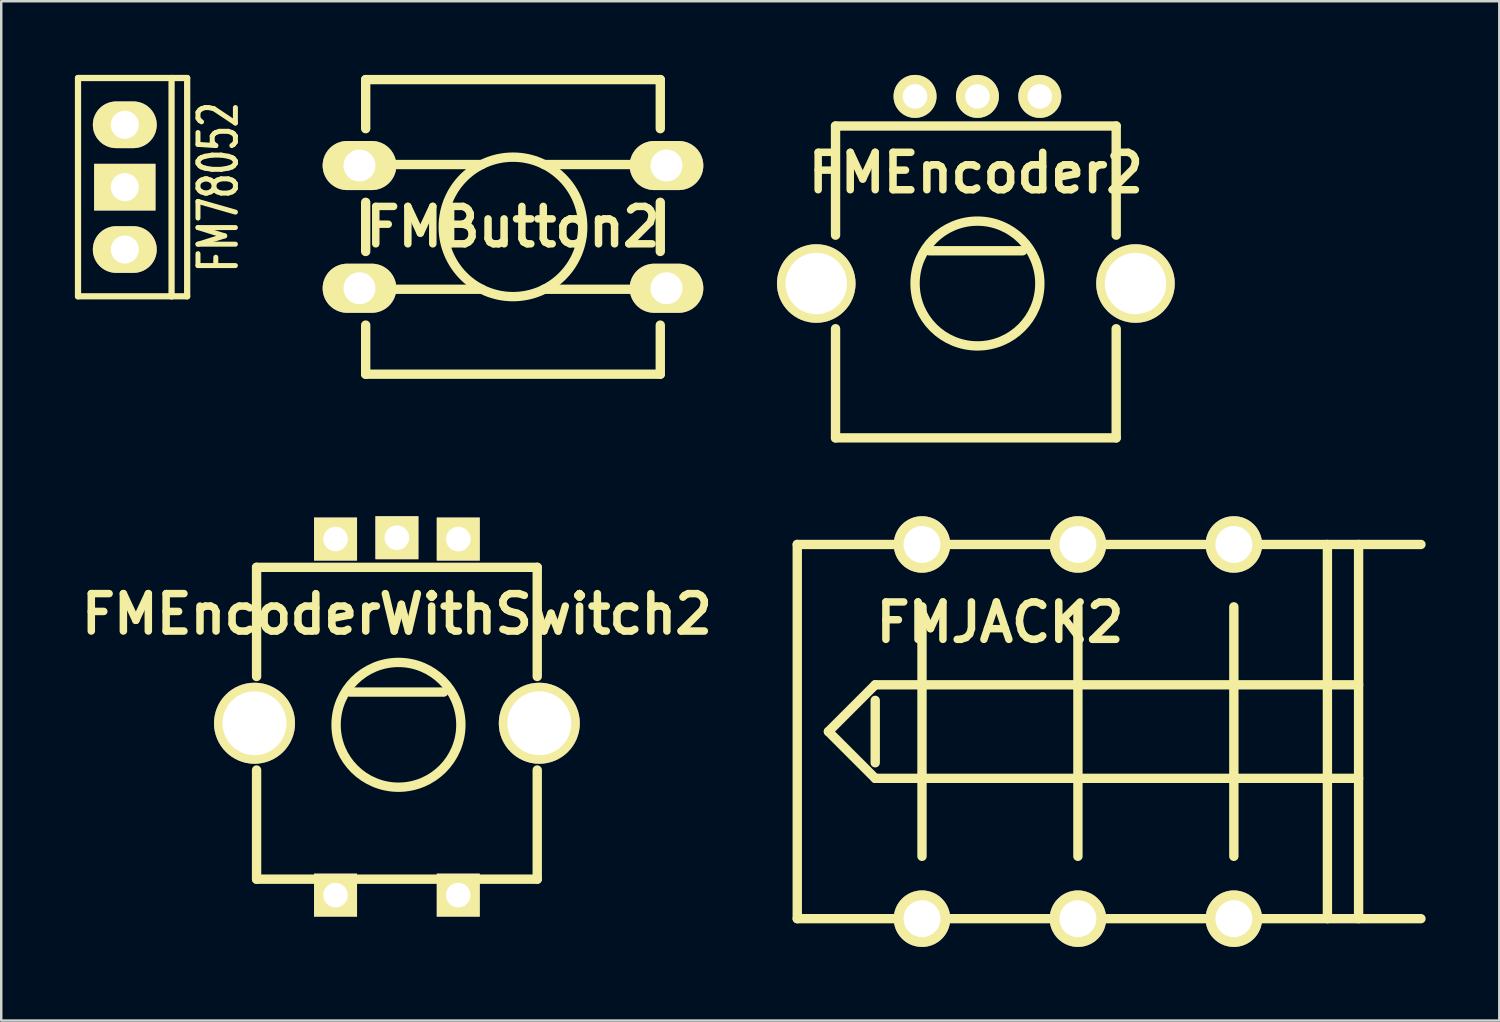
<source format=kicad_pcb>
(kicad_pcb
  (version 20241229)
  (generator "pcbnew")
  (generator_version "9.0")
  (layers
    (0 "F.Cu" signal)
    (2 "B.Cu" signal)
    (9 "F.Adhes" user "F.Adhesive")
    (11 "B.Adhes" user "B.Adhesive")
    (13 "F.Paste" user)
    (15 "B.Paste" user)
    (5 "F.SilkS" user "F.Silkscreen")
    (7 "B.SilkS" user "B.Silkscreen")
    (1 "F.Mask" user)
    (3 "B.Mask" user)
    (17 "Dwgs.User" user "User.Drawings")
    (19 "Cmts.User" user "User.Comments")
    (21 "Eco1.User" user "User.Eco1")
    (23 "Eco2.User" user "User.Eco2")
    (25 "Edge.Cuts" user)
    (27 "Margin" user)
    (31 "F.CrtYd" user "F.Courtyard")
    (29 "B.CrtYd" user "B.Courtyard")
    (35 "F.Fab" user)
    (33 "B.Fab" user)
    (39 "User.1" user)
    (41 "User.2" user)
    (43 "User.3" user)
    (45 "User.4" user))
  (footprint "FMEncoder2"
    (layer "F.Cu")
    (at 36.692 8.432)
    (property "Reference" "FMEncoder2" (at 0 -4.445 0) (layer "F.SilkS") (effects (font (size 1.524 1.524) (thickness 0.305))))
    (attr through_hole)
    (fp_line (start -5.715 -6.35) (end 5.715 -6.35) (stroke (width 0.381) (type solid)) (layer "F.SilkS"))
    (fp_line (start -5.715 -1.905) (end -5.715 -6.35) (stroke (width 0.381) (type solid)) (layer "F.SilkS"))
    (fp_line (start -5.715 1.905) (end -5.715 6.35) (stroke (width 0.381) (type solid)) (layer "F.SilkS"))
    (fp_line (start -5.715 6.35) (end 5.715 6.35) (stroke (width 0.381) (type solid)) (layer "F.SilkS"))
    (fp_line (start -1.905 -1.27) (end 1.905 -1.27) (stroke (width 0.381) (type solid)) (layer "F.SilkS"))
    (fp_line (start 5.715 -6.35) (end 5.715 -1.905) (stroke (width 0.381) (type solid)) (layer "F.SilkS"))
    (fp_line (start 5.715 6.35) (end 5.715 1.905) (stroke (width 0.381) (type solid)) (layer "F.SilkS"))
    (fp_circle (center 0.064 0.064) (end 0.064 -2.477) (stroke (width 0.381) (type solid)) (fill no) (layer "F.SilkS"))
    (pad "" thru_hole circle (at -6.5 0.064 90) (size 3.2 3.2) (drill 2.499) (layers "*.Cu" "*.Mask" "F.SilkS"))
    (pad "" thru_hole circle (at 6.5 0.064 90) (size 3.2 3.2) (drill 2.499) (layers "*.Cu" "*.Mask" "F.SilkS"))
    (pad "0" thru_hole circle (at -2.477 -7.556 90) (size 1.75 1.75) (drill 1.001) (layers "*.Cu" "*.Mask" "F.SilkS"))
    (pad "1" thru_hole circle (at 0.064 -7.556 90) (size 1.75 1.75) (drill 1.001) (layers "*.Cu" "*.Mask" "F.SilkS"))
    (pad "2" thru_hole circle (at 2.603 -7.556 90) (size 1.75 1.75) (drill 1.001) (layers "*.Cu" "*.Mask" "F.SilkS")))
  (footprint "FMEncoderWithSwitch2"
    (layer "F.Cu")
    (at 13.114 26.404)
    (property "Reference" "FMEncoderWithSwitch2" (at 0 -4.445 0) (layer "F.SilkS") (effects (font (size 1.524 1.524) (thickness 0.305))))
    (attr through_hole)
    (fp_line (start -5.715 -6.35) (end 5.715 -6.35) (stroke (width 0.381) (type solid)) (layer "F.SilkS"))
    (fp_line (start -5.715 -1.905) (end -5.715 -6.35) (stroke (width 0.381) (type solid)) (layer "F.SilkS"))
    (fp_line (start -5.715 1.905) (end -5.715 6.35) (stroke (width 0.381) (type solid)) (layer "F.SilkS"))
    (fp_line (start -5.715 6.35) (end 5.715 6.35) (stroke (width 0.381) (type solid)) (layer "F.SilkS"))
    (fp_line (start -1.905 -1.27) (end 1.905 -1.27) (stroke (width 0.381) (type solid)) (layer "F.SilkS"))
    (fp_line (start 5.715 -6.35) (end 5.715 -1.905) (stroke (width 0.381) (type solid)) (layer "F.SilkS"))
    (fp_line (start 5.715 6.35) (end 5.715 1.905) (stroke (width 0.381) (type solid)) (layer "F.SilkS"))
    (fp_circle (center 0.064 0.064) (end 0.064 -2.477) (stroke (width 0.381) (type solid)) (fill no) (layer "F.SilkS"))
    (pad "" thru_hole circle (at -5.799 0 90) (size 3.299 3.299) (drill 2.601) (layers "*.Cu" "*.Mask" "F.SilkS"))
    (pad "" thru_hole circle (at 5.799 0 90) (size 3.299 3.299) (drill 2.601) (layers "*.Cu" "*.Mask" "F.SilkS"))
    (pad "0" thru_hole rect (at -2.499 -7.501 90) (size 1.75 1.75) (drill 1.001) (layers "*.Cu" "*.Mask" "F.SilkS"))
    (pad "1" thru_hole rect (at 0 -7.556 90) (size 1.75 1.75) (drill 1.001) (layers "*.Cu" "*.Mask" "F.SilkS"))
    (pad "2" thru_hole rect (at 2.499 -7.501 90) (size 1.75 1.75) (drill 1.001) (layers "*.Cu" "*.Mask" "F.SilkS"))
    (pad "3" thru_hole rect (at -2.499 7 90) (size 1.75 1.75) (drill 1.001) (layers "*.Cu" "*.Mask" "F.SilkS"))
    (pad "4" thru_hole rect (at 2.499 7 90) (size 1.75 1.75) (drill 1.001) (layers "*.Cu" "*.Mask" "F.SilkS")))
  (footprint "FM78052"
    (layer "F.Cu")
    (at 2.032 4.572)
    (property "Reference" "FM78052" (at 3.81 0 90) (layer "F.SilkS") (effects (font (size 1.524 1.016) (thickness 0.203))))
    (attr through_hole)
    (fp_line (start -1.905 -4.445) (end 1.905 -4.445) (stroke (width 0.254) (type solid)) (layer "F.SilkS"))
    (fp_line (start -1.905 4.445) (end -1.905 -4.445) (stroke (width 0.254) (type solid)) (layer "F.SilkS"))
    (fp_line (start 1.905 -4.445) (end 1.905 4.445) (stroke (width 0.254) (type solid)) (layer "F.SilkS"))
    (fp_line (start 1.905 -4.445) (end 2.54 -4.445) (stroke (width 0.254) (type solid)) (layer "F.SilkS"))
    (fp_line (start 1.905 4.445) (end -1.905 4.445) (stroke (width 0.254) (type solid)) (layer "F.SilkS"))
    (fp_line (start 2.54 -4.445) (end 2.54 4.445) (stroke (width 0.254) (type solid)) (layer "F.SilkS"))
    (fp_line (start 2.54 4.445) (end 1.905 4.445) (stroke (width 0.254) (type solid)) (layer "F.SilkS"))
    (pad "1" thru_hole rect (at 0 0) (size 2.499 1.9) (drill 1.143) (layers "*.Cu" "*.Mask" "F.SilkS"))
    (pad "2" thru_hole oval (at 0 2.54) (size 2.601 1.9) (drill 1.143) (layers "*.Cu" "*.Mask" "F.SilkS"))
    (pad "3" thru_hole oval (at 0 -2.54) (size 2.601 1.9) (drill 1.143) (layers "*.Cu" "*.Mask" "F.SilkS")))
  (footprint "FMButton2"
    (layer "F.Cu")
    (at 17.841 6.19)
    (property "Reference" "FMButton2" (at 0 0 0) (layer "F.SilkS") (effects (font (size 1.524 1.524) (thickness 0.305))))
    (attr through_hole)
    (fp_line (start -5.999 -5.999) (end 5.999 -5.999) (stroke (width 0.381) (type solid)) (layer "F.SilkS"))
    (fp_line (start -5.999 -4) (end -5.999 -5.999) (stroke (width 0.381) (type solid)) (layer "F.SilkS"))
    (fp_line (start -5.999 1.001) (end -5.999 -1.001) (stroke (width 0.381) (type solid)) (layer "F.SilkS"))
    (fp_line (start -5.999 5.999) (end -5.999 4) (stroke (width 0.381) (type solid)) (layer "F.SilkS"))
    (fp_line (start -5.08 -2.54) (end -1.27 -2.54) (stroke (width 0.381) (type solid)) (layer "F.SilkS"))
    (fp_line (start -1.27 2.54) (end -5.08 2.54) (stroke (width 0.381) (type solid)) (layer "F.SilkS"))
    (fp_line (start 1.27 -2.54) (end 5.08 -2.54) (stroke (width 0.381) (type solid)) (layer "F.SilkS"))
    (fp_line (start 5.08 2.54) (end 1.27 2.54) (stroke (width 0.381) (type solid)) (layer "F.SilkS"))
    (fp_line (start 5.999 -5.999) (end 5.999 -4) (stroke (width 0.381) (type solid)) (layer "F.SilkS"))
    (fp_line (start 5.999 -1.001) (end 5.999 1.001) (stroke (width 0.381) (type solid)) (layer "F.SilkS"))
    (fp_line (start 5.999 4) (end 5.999 5.999) (stroke (width 0.381) (type solid)) (layer "F.SilkS"))
    (fp_line (start 5.999 5.999) (end -5.999 5.999) (stroke (width 0.381) (type solid)) (layer "F.SilkS"))
    (fp_circle (center 0 0) (end 2.54 -1.27) (stroke (width 0.381) (type solid)) (fill no) (layer "F.SilkS"))
    (pad "1" thru_hole oval (at -6.251 -2.499) (size 3 1.999) (drill 1.3) (layers "*.Cu" "*.Mask" "F.SilkS"))
    (pad "1" thru_hole oval (at 6.251 -2.499) (size 3 1.999) (drill 1.3) (layers "*.Cu" "*.Mask" "F.SilkS"))
    (pad "2" thru_hole oval (at -6.251 2.499) (size 3 1.999) (drill 1.3) (layers "*.Cu" "*.Mask" "F.SilkS"))
    (pad "2" thru_hole oval (at 6.251 2.499) (size 3 1.999) (drill 1.3) (layers "*.Cu" "*.Mask" "F.SilkS")))
  (footprint "FMJACK2"
    (layer "F.Cu")
    (at 42.118 26.743)
    (property "Reference" "FMJACK2" (at -4.445 -4.445 0) (layer "F.SilkS") (effects (font (size 1.524 1.524) (thickness 0.305))))
    (attr through_hole)
    (fp_line (start -12.7 -7.62) (end -12.7 7.62) (stroke (width 0.381) (type solid)) (layer "F.SilkS"))
    (fp_line (start -12.7 7.62) (end 12.7 7.62) (stroke (width 0.381) (type solid)) (layer "F.SilkS"))
    (fp_line (start -11.43 0) (end -9.525 -1.905) (stroke (width 0.381) (type solid)) (layer "F.SilkS"))
    (fp_line (start -11.43 0) (end -9.525 1.905) (stroke (width 0.381) (type solid)) (layer "F.SilkS"))
    (fp_line (start -9.525 -1.905) (end 10.16 -1.905) (stroke (width 0.381) (type solid)) (layer "F.SilkS"))
    (fp_line (start -9.525 -1.27) (end -9.525 1.27) (stroke (width 0.381) (type solid)) (layer "F.SilkS"))
    (fp_line (start -9.525 1.905) (end 10.16 1.905) (stroke (width 0.381) (type solid)) (layer "F.SilkS"))
    (fp_line (start -7.62 5.08) (end -7.62 -5.08) (stroke (width 0.381) (type solid)) (layer "F.SilkS"))
    (fp_line (start -1.27 5.08) (end -1.27 -5.08) (stroke (width 0.381) (type solid)) (layer "F.SilkS"))
    (fp_line (start 5.08 5.08) (end 5.08 -5.08) (stroke (width 0.381) (type solid)) (layer "F.SilkS"))
    (fp_line (start 8.89 -7.62) (end 8.89 7.62) (stroke (width 0.381) (type solid)) (layer "F.SilkS"))
    (fp_line (start 10.16 -7.62) (end 10.16 7.62) (stroke (width 0.381) (type solid)) (layer "F.SilkS"))
    (fp_line (start 12.7 -7.62) (end -12.7 -7.62) (stroke (width 0.381) (type solid)) (layer "F.SilkS"))
    (pad "0" thru_hole circle (at -1.27 -7.62) (size 2.301 2.301) (drill 1.501) (layers "*.Cu" "*.Mask" "F.SilkS"))
    (pad "0" thru_hole circle (at -1.27 7.62) (size 2.301 2.301) (drill 1.501) (layers "*.Cu" "*.Mask" "F.SilkS"))
    (pad "0" thru_hole circle (at 5.08 -7.62) (size 2.301 2.301) (drill 1.501) (layers "*.Cu" "*.Mask" "F.SilkS"))
    (pad "0" thru_hole circle (at 5.08 7.62) (size 2.301 2.301) (drill 1.501) (layers "*.Cu" "*.Mask" "F.SilkS"))
    (pad "1" thru_hole circle (at -7.62 -7.62) (size 2.301 2.301) (drill 1.501) (layers "*.Cu" "*.Mask" "F.SilkS"))
    (pad "1" thru_hole circle (at -7.62 7.62) (size 2.301 2.301) (drill 1.501) (layers "*.Cu" "*.Mask" "F.SilkS")))
  (gr_rect
    (start -3 -3)
    (end 58.008 38.513)
    (stroke (width 0.1) (type default))
    (fill no)
    (layer "Edge.Cuts")))
</source>
